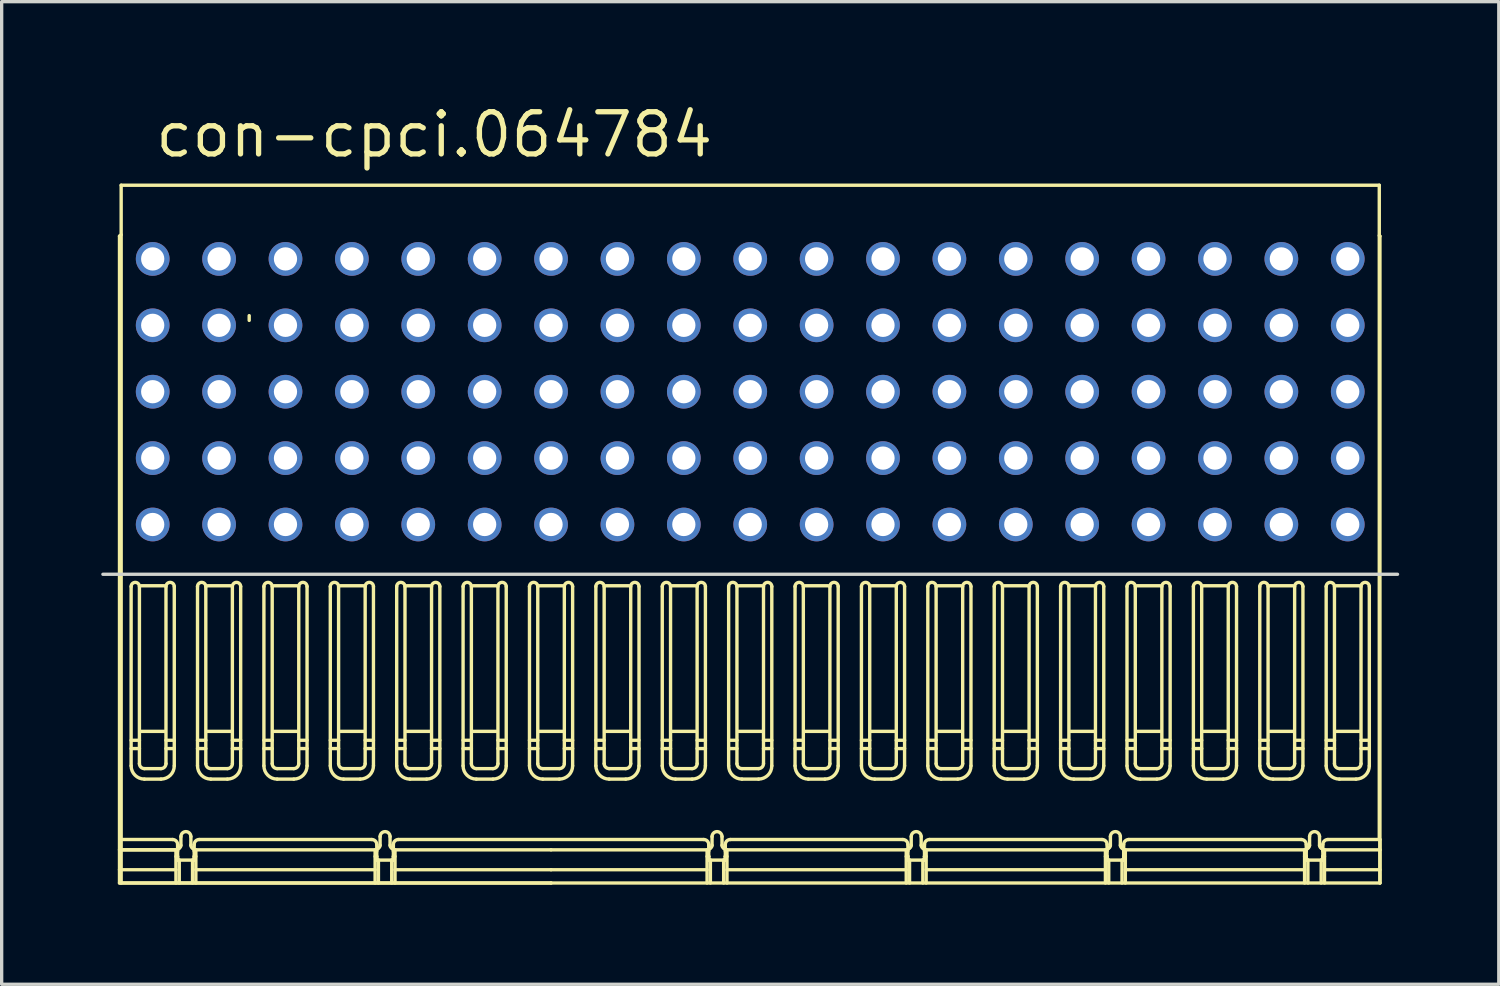
<source format=kicad_pcb>
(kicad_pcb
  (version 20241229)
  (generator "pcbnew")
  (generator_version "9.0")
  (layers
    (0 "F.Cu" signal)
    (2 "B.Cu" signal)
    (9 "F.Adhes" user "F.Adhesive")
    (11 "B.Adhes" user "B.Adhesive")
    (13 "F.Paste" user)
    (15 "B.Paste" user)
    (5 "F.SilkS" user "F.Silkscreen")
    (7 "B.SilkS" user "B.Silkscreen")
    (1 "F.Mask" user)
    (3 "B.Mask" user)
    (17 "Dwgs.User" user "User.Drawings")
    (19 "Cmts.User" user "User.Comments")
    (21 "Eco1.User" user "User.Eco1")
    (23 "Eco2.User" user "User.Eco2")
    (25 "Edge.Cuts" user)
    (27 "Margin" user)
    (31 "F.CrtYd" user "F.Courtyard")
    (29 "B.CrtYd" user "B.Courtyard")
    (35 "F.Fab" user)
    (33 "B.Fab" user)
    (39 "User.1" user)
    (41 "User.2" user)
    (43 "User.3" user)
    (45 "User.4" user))
  (footprint "con-cpci.064784"
    (layer "F.Cu")
    (at 19.55 12.75)
    (property "Reference" "con-cpci.064784" (at -18 -11 0) (layer "F.SilkS") (effects (font (size 1.27 1.27) (thickness 0.16)) (justify left bottom)))
    (attr through_hole)
    (fp_line (start -19 -8.686) (end -19 10.8) (stroke (width 0.102) (type default)) (layer "F.SilkS"))
    (fp_line (start -19 9.8) (end -17.3 9.8) (stroke (width 0.102) (type default)) (layer "F.SilkS"))
    (fp_line (start -19 10.4) (end -18.95 10.4) (stroke (width 0.102) (type default)) (layer "F.SilkS"))
    (fp_line (start -19 10.8) (end -6 10.8) (stroke (width 0.102) (type default)) (layer "F.SilkS"))
    (fp_line (start -18.95 -10.22) (end -18.95 9.49) (stroke (width 0.102) (type default)) (layer "F.SilkS"))
    (fp_line (start -18.95 -8.728) (end -19 -8.686) (stroke (width 0.102) (type default)) (layer "F.SilkS"))
    (fp_line (start -18.95 9.49) (end -17.4 9.49) (stroke (width 0.102) (type default)) (layer "F.SilkS"))
    (fp_line (start -18.95 9.8) (end -17.3 9.8) (stroke (width 0.102) (type default)) (layer "F.SilkS"))
    (fp_line (start -18.95 10.4) (end -17.3 10.4) (stroke (width 0.102) (type default)) (layer "F.SilkS"))
    (fp_line (start -18.95 10.8) (end -18.95 9.49) (stroke (width 0.102) (type default)) (layer "F.SilkS"))
    (fp_line (start -18.95 10.8) (end -6 10.8) (stroke (width 0.102) (type default)) (layer "F.SilkS"))
    (fp_line (start -18.65 1.869) (end -18.65 7.269) (stroke (width 0.102) (type default)) (layer "F.SilkS"))
    (fp_line (start -18.65 6.75) (end -18.4 6.75) (stroke (width 0.102) (type default)) (layer "F.SilkS"))
    (fp_line (start -18.4 6.5) (end -18.65 6.5) (stroke (width 0.102) (type default)) (layer "F.SilkS"))
    (fp_line (start -18.4 7.204) (end -18.4 1.869) (stroke (width 0.102) (type default)) (layer "F.SilkS"))
    (fp_line (start -18.35 1.846) (end -17.65 1.846) (stroke (width 0.102) (type default)) (layer "F.SilkS"))
    (fp_line (start -18.25 7.67) (end -17.75 7.67) (stroke (width 0.102) (type default)) (layer "F.SilkS"))
    (fp_line (start -17.75 7.354) (end -18.25 7.354) (stroke (width 0.102) (type default)) (layer "F.SilkS"))
    (fp_line (start -17.65 6.232) (end -18.35 6.232) (stroke (width 0.102) (type default)) (layer "F.SilkS"))
    (fp_line (start -17.6 1.869) (end -17.6 7.204) (stroke (width 0.102) (type default)) (layer "F.SilkS"))
    (fp_line (start -17.6 6.75) (end -17.35 6.75) (stroke (width 0.102) (type default)) (layer "F.SilkS"))
    (fp_line (start -17.35 6.5) (end -17.6 6.5) (stroke (width 0.102) (type default)) (layer "F.SilkS"))
    (fp_line (start -17.35 7.269) (end -17.35 1.869) (stroke (width 0.102) (type default)) (layer "F.SilkS"))
    (fp_line (start -17.3 9.8) (end -17.3 10.8) (stroke (width 0.102) (type default)) (layer "F.SilkS"))
    (fp_line (start -17.3 10) (end -17.25 10) (stroke (width 0.102) (type default)) (layer "F.SilkS"))
    (fp_line (start -17.25 9.64) (end -17.25 10.11) (stroke (width 0.102) (type default)) (layer "F.SilkS"))
    (fp_line (start -17.25 10) (end -17.25 10.11) (stroke (width 0.102) (type default)) (layer "F.SilkS"))
    (fp_line (start -17.25 10.11) (end -17.2 10.11) (stroke (width 0.102) (type default)) (layer "F.SilkS"))
    (fp_line (start -17.25 10.11) (end -16.75 10.11) (stroke (width 0.102) (type default)) (layer "F.SilkS"))
    (fp_line (start -17.2 10.11) (end -17.2 10.8) (stroke (width 0.102) (type default)) (layer "F.SilkS"))
    (fp_line (start -17.15 9.402) (end -17.15 9.664) (stroke (width 0.102) (type default)) (layer "F.SilkS"))
    (fp_line (start -16.85 9.664) (end -16.85 9.402) (stroke (width 0.102) (type default)) (layer "F.SilkS"))
    (fp_line (start -16.8 10.11) (end -16.8 10.8) (stroke (width 0.102) (type default)) (layer "F.SilkS"))
    (fp_line (start -16.75 10) (end -16.75 10.11) (stroke (width 0.102) (type default)) (layer "F.SilkS"))
    (fp_line (start -16.75 10.11) (end -16.8 10.11) (stroke (width 0.102) (type default)) (layer "F.SilkS"))
    (fp_line (start -16.75 10.11) (end -16.75 9.64) (stroke (width 0.102) (type default)) (layer "F.SilkS"))
    (fp_line (start -16.7 9.8) (end -16.7 10.8) (stroke (width 0.102) (type default)) (layer "F.SilkS"))
    (fp_line (start -16.7 9.8) (end -11.3 9.8) (stroke (width 0.102) (type default)) (layer "F.SilkS"))
    (fp_line (start -16.7 10) (end -16.75 10) (stroke (width 0.102) (type default)) (layer "F.SilkS"))
    (fp_line (start -16.7 10.4) (end -11.3 10.4) (stroke (width 0.102) (type default)) (layer "F.SilkS"))
    (fp_line (start -16.65 1.869) (end -16.65 7.269) (stroke (width 0.102) (type default)) (layer "F.SilkS"))
    (fp_line (start -16.65 6.75) (end -16.4 6.75) (stroke (width 0.102) (type default)) (layer "F.SilkS"))
    (fp_line (start -16.6 9.49) (end -11.4 9.49) (stroke (width 0.102) (type default)) (layer "F.SilkS"))
    (fp_line (start -16.4 6.5) (end -16.65 6.5) (stroke (width 0.102) (type default)) (layer "F.SilkS"))
    (fp_line (start -16.4 7.204) (end -16.4 1.869) (stroke (width 0.102) (type default)) (layer "F.SilkS"))
    (fp_line (start -16.35 1.846) (end -15.65 1.846) (stroke (width 0.102) (type default)) (layer "F.SilkS"))
    (fp_line (start -16.25 7.67) (end -15.75 7.67) (stroke (width 0.102) (type default)) (layer "F.SilkS"))
    (fp_line (start -15.75 7.354) (end -16.25 7.354) (stroke (width 0.102) (type default)) (layer "F.SilkS"))
    (fp_line (start -15.65 6.232) (end -16.35 6.232) (stroke (width 0.102) (type default)) (layer "F.SilkS"))
    (fp_line (start -15.6 1.869) (end -15.6 7.204) (stroke (width 0.102) (type default)) (layer "F.SilkS"))
    (fp_line (start -15.6 6.75) (end -15.35 6.75) (stroke (width 0.102) (type default)) (layer "F.SilkS"))
    (fp_line (start -15.35 6.5) (end -15.6 6.5) (stroke (width 0.102) (type default)) (layer "F.SilkS"))
    (fp_line (start -15.35 7.269) (end -15.35 1.869) (stroke (width 0.102) (type default)) (layer "F.SilkS"))
    (fp_line (start -15.093 -6.291) (end -15.093 -6.149) (stroke (width 0.102) (type default)) (layer "F.SilkS"))
    (fp_line (start -14.65 1.869) (end -14.65 7.269) (stroke (width 0.102) (type default)) (layer "F.SilkS"))
    (fp_line (start -14.65 6.75) (end -14.4 6.75) (stroke (width 0.102) (type default)) (layer "F.SilkS"))
    (fp_line (start -14.4 6.5) (end -14.65 6.5) (stroke (width 0.102) (type default)) (layer "F.SilkS"))
    (fp_line (start -14.4 7.204) (end -14.4 1.869) (stroke (width 0.102) (type default)) (layer "F.SilkS"))
    (fp_line (start -14.35 1.846) (end -13.65 1.846) (stroke (width 0.102) (type default)) (layer "F.SilkS"))
    (fp_line (start -14.25 7.67) (end -13.75 7.67) (stroke (width 0.102) (type default)) (layer "F.SilkS"))
    (fp_line (start -13.75 7.354) (end -14.25 7.354) (stroke (width 0.102) (type default)) (layer "F.SilkS"))
    (fp_line (start -13.65 6.232) (end -14.35 6.232) (stroke (width 0.102) (type default)) (layer "F.SilkS"))
    (fp_line (start -13.6 1.869) (end -13.6 7.204) (stroke (width 0.102) (type default)) (layer "F.SilkS"))
    (fp_line (start -13.6 6.75) (end -13.35 6.75) (stroke (width 0.102) (type default)) (layer "F.SilkS"))
    (fp_line (start -13.35 6.5) (end -13.6 6.5) (stroke (width 0.102) (type default)) (layer "F.SilkS"))
    (fp_line (start -13.35 7.269) (end -13.35 1.869) (stroke (width 0.102) (type default)) (layer "F.SilkS"))
    (fp_line (start -12.65 1.869) (end -12.65 7.269) (stroke (width 0.102) (type default)) (layer "F.SilkS"))
    (fp_line (start -12.65 6.75) (end -12.4 6.75) (stroke (width 0.102) (type default)) (layer "F.SilkS"))
    (fp_line (start -12.4 6.5) (end -12.65 6.5) (stroke (width 0.102) (type default)) (layer "F.SilkS"))
    (fp_line (start -12.4 7.204) (end -12.4 1.869) (stroke (width 0.102) (type default)) (layer "F.SilkS"))
    (fp_line (start -12.35 1.846) (end -11.65 1.846) (stroke (width 0.102) (type default)) (layer "F.SilkS"))
    (fp_line (start -12.25 7.67) (end -11.75 7.67) (stroke (width 0.102) (type default)) (layer "F.SilkS"))
    (fp_line (start -11.75 7.354) (end -12.25 7.354) (stroke (width 0.102) (type default)) (layer "F.SilkS"))
    (fp_line (start -11.65 6.232) (end -12.35 6.232) (stroke (width 0.102) (type default)) (layer "F.SilkS"))
    (fp_line (start -11.6 1.869) (end -11.6 7.204) (stroke (width 0.102) (type default)) (layer "F.SilkS"))
    (fp_line (start -11.6 6.75) (end -11.35 6.75) (stroke (width 0.102) (type default)) (layer "F.SilkS"))
    (fp_line (start -11.35 6.5) (end -11.6 6.5) (stroke (width 0.102) (type default)) (layer "F.SilkS"))
    (fp_line (start -11.35 7.269) (end -11.35 1.869) (stroke (width 0.102) (type default)) (layer "F.SilkS"))
    (fp_line (start -11.3 10) (end -11.25 10) (stroke (width 0.102) (type default)) (layer "F.SilkS"))
    (fp_line (start -11.3 10.8) (end -11.3 9.8) (stroke (width 0.102) (type default)) (layer "F.SilkS"))
    (fp_line (start -11.25 9.64) (end -11.25 10.11) (stroke (width 0.102) (type default)) (layer "F.SilkS"))
    (fp_line (start -11.25 10) (end -11.25 10.11) (stroke (width 0.102) (type default)) (layer "F.SilkS"))
    (fp_line (start -11.25 10.11) (end -11.2 10.11) (stroke (width 0.102) (type default)) (layer "F.SilkS"))
    (fp_line (start -11.25 10.11) (end -10.75 10.11) (stroke (width 0.102) (type default)) (layer "F.SilkS"))
    (fp_line (start -11.2 10.11) (end -11.2 10.8) (stroke (width 0.102) (type default)) (layer "F.SilkS"))
    (fp_line (start -11.15 9.402) (end -11.15 9.664) (stroke (width 0.102) (type default)) (layer "F.SilkS"))
    (fp_line (start -10.85 9.664) (end -10.85 9.402) (stroke (width 0.102) (type default)) (layer "F.SilkS"))
    (fp_line (start -10.8 10.11) (end -10.8 10.8) (stroke (width 0.102) (type default)) (layer "F.SilkS"))
    (fp_line (start -10.75 10) (end -10.75 10.11) (stroke (width 0.102) (type default)) (layer "F.SilkS"))
    (fp_line (start -10.75 10.11) (end -10.8 10.11) (stroke (width 0.102) (type default)) (layer "F.SilkS"))
    (fp_line (start -10.75 10.11) (end -10.75 9.64) (stroke (width 0.102) (type default)) (layer "F.SilkS"))
    (fp_line (start -10.7 9.8) (end -6 9.8) (stroke (width 0.102) (type default)) (layer "F.SilkS"))
    (fp_line (start -10.7 10) (end -10.75 10) (stroke (width 0.102) (type default)) (layer "F.SilkS"))
    (fp_line (start -10.7 10.4) (end -6 10.4) (stroke (width 0.102) (type default)) (layer "F.SilkS"))
    (fp_line (start -10.7 10.8) (end -10.7 9.8) (stroke (width 0.102) (type default)) (layer "F.SilkS"))
    (fp_line (start -10.65 1.869) (end -10.65 7.269) (stroke (width 0.102) (type default)) (layer "F.SilkS"))
    (fp_line (start -10.65 6.75) (end -10.4 6.75) (stroke (width 0.102) (type default)) (layer "F.SilkS"))
    (fp_line (start -10.6 9.49) (end -1.4 9.49) (stroke (width 0.102) (type default)) (layer "F.SilkS"))
    (fp_line (start -10.4 6.5) (end -10.65 6.5) (stroke (width 0.102) (type default)) (layer "F.SilkS"))
    (fp_line (start -10.4 7.204) (end -10.4 1.869) (stroke (width 0.102) (type default)) (layer "F.SilkS"))
    (fp_line (start -10.35 1.846) (end -9.65 1.846) (stroke (width 0.102) (type default)) (layer "F.SilkS"))
    (fp_line (start -10.25 7.67) (end -9.75 7.67) (stroke (width 0.102) (type default)) (layer "F.SilkS"))
    (fp_line (start -9.75 7.354) (end -10.25 7.354) (stroke (width 0.102) (type default)) (layer "F.SilkS"))
    (fp_line (start -9.65 6.232) (end -10.35 6.232) (stroke (width 0.102) (type default)) (layer "F.SilkS"))
    (fp_line (start -9.6 1.869) (end -9.6 7.204) (stroke (width 0.102) (type default)) (layer "F.SilkS"))
    (fp_line (start -9.6 6.75) (end -9.35 6.75) (stroke (width 0.102) (type default)) (layer "F.SilkS"))
    (fp_line (start -9.35 6.5) (end -9.6 6.5) (stroke (width 0.102) (type default)) (layer "F.SilkS"))
    (fp_line (start -9.35 7.269) (end -9.35 1.869) (stroke (width 0.102) (type default)) (layer "F.SilkS"))
    (fp_line (start -8.65 1.869) (end -8.65 7.269) (stroke (width 0.102) (type default)) (layer "F.SilkS"))
    (fp_line (start -8.65 6.75) (end -8.4 6.75) (stroke (width 0.102) (type default)) (layer "F.SilkS"))
    (fp_line (start -8.4 6.5) (end -8.65 6.5) (stroke (width 0.102) (type default)) (layer "F.SilkS"))
    (fp_line (start -8.4 7.204) (end -8.4 1.869) (stroke (width 0.102) (type default)) (layer "F.SilkS"))
    (fp_line (start -8.35 1.846) (end -7.65 1.846) (stroke (width 0.102) (type default)) (layer "F.SilkS"))
    (fp_line (start -8.25 7.67) (end -7.75 7.67) (stroke (width 0.102) (type default)) (layer "F.SilkS"))
    (fp_line (start -7.75 7.354) (end -8.25 7.354) (stroke (width 0.102) (type default)) (layer "F.SilkS"))
    (fp_line (start -7.65 6.232) (end -8.35 6.232) (stroke (width 0.102) (type default)) (layer "F.SilkS"))
    (fp_line (start -7.6 1.869) (end -7.6 7.204) (stroke (width 0.102) (type default)) (layer "F.SilkS"))
    (fp_line (start -7.6 6.75) (end -7.35 6.75) (stroke (width 0.102) (type default)) (layer "F.SilkS"))
    (fp_line (start -7.35 6.5) (end -7.6 6.5) (stroke (width 0.102) (type default)) (layer "F.SilkS"))
    (fp_line (start -7.35 7.269) (end -7.35 1.869) (stroke (width 0.102) (type default)) (layer "F.SilkS"))
    (fp_line (start -6.65 1.869) (end -6.65 7.269) (stroke (width 0.102) (type default)) (layer "F.SilkS"))
    (fp_line (start -6.65 6.75) (end -6.4 6.75) (stroke (width 0.102) (type default)) (layer "F.SilkS"))
    (fp_line (start -6.4 6.5) (end -6.65 6.5) (stroke (width 0.102) (type default)) (layer "F.SilkS"))
    (fp_line (start -6.4 7.204) (end -6.4 1.869) (stroke (width 0.102) (type default)) (layer "F.SilkS"))
    (fp_line (start -6.35 1.846) (end -5.65 1.846) (stroke (width 0.102) (type default)) (layer "F.SilkS"))
    (fp_line (start -6.25 7.67) (end -5.75 7.67) (stroke (width 0.102) (type default)) (layer "F.SilkS"))
    (fp_line (start -5.75 7.354) (end -6.25 7.354) (stroke (width 0.102) (type default)) (layer "F.SilkS"))
    (fp_line (start -5.65 6.232) (end -6.35 6.232) (stroke (width 0.102) (type default)) (layer "F.SilkS"))
    (fp_line (start -5.6 1.869) (end -5.6 7.204) (stroke (width 0.102) (type default)) (layer "F.SilkS"))
    (fp_line (start -5.6 6.5) (end -5.35 6.5) (stroke (width 0.102) (type default)) (layer "F.SilkS"))
    (fp_line (start -5.35 6.75) (end -5.6 6.75) (stroke (width 0.102) (type default)) (layer "F.SilkS"))
    (fp_line (start -5.35 7.269) (end -5.35 1.869) (stroke (width 0.102) (type default)) (layer "F.SilkS"))
    (fp_line (start -4.65 1.869) (end -4.65 7.269) (stroke (width 0.102) (type default)) (layer "F.SilkS"))
    (fp_line (start -4.65 6.5) (end -4.4 6.5) (stroke (width 0.102) (type default)) (layer "F.SilkS"))
    (fp_line (start -4.4 6.75) (end -4.65 6.75) (stroke (width 0.102) (type default)) (layer "F.SilkS"))
    (fp_line (start -4.4 7.204) (end -4.4 1.869) (stroke (width 0.102) (type default)) (layer "F.SilkS"))
    (fp_line (start -4.35 1.846) (end -3.65 1.846) (stroke (width 0.102) (type default)) (layer "F.SilkS"))
    (fp_line (start -4.25 7.67) (end -3.75 7.67) (stroke (width 0.102) (type default)) (layer "F.SilkS"))
    (fp_line (start -3.75 7.354) (end -4.25 7.354) (stroke (width 0.102) (type default)) (layer "F.SilkS"))
    (fp_line (start -3.65 6.232) (end -4.35 6.232) (stroke (width 0.102) (type default)) (layer "F.SilkS"))
    (fp_line (start -3.6 1.869) (end -3.6 7.204) (stroke (width 0.102) (type default)) (layer "F.SilkS"))
    (fp_line (start -3.6 6.5) (end -3.35 6.5) (stroke (width 0.102) (type default)) (layer "F.SilkS"))
    (fp_line (start -3.35 6.75) (end -3.6 6.75) (stroke (width 0.102) (type default)) (layer "F.SilkS"))
    (fp_line (start -3.35 7.269) (end -3.35 1.869) (stroke (width 0.102) (type default)) (layer "F.SilkS"))
    (fp_line (start -2.65 1.869) (end -2.65 7.269) (stroke (width 0.102) (type default)) (layer "F.SilkS"))
    (fp_line (start -2.65 6.5) (end -2.4 6.5) (stroke (width 0.102) (type default)) (layer "F.SilkS"))
    (fp_line (start -2.4 6.75) (end -2.65 6.75) (stroke (width 0.102) (type default)) (layer "F.SilkS"))
    (fp_line (start -2.4 7.204) (end -2.4 1.869) (stroke (width 0.102) (type default)) (layer "F.SilkS"))
    (fp_line (start -2.35 1.846) (end -1.65 1.846) (stroke (width 0.102) (type default)) (layer "F.SilkS"))
    (fp_line (start -2.25 7.67) (end -1.75 7.67) (stroke (width 0.102) (type default)) (layer "F.SilkS"))
    (fp_line (start -1.75 7.354) (end -2.25 7.354) (stroke (width 0.102) (type default)) (layer "F.SilkS"))
    (fp_line (start -1.65 6.232) (end -2.35 6.232) (stroke (width 0.102) (type default)) (layer "F.SilkS"))
    (fp_line (start -1.6 1.869) (end -1.6 7.204) (stroke (width 0.102) (type default)) (layer "F.SilkS"))
    (fp_line (start -1.6 6.5) (end -1.35 6.5) (stroke (width 0.102) (type default)) (layer "F.SilkS"))
    (fp_line (start -1.35 6.75) (end -1.6 6.75) (stroke (width 0.102) (type default)) (layer "F.SilkS"))
    (fp_line (start -1.35 7.269) (end -1.35 1.869) (stroke (width 0.102) (type default)) (layer "F.SilkS"))
    (fp_line (start -1.3 9.8) (end -6 9.8) (stroke (width 0.102) (type default)) (layer "F.SilkS"))
    (fp_line (start -1.3 10) (end -1.25 10) (stroke (width 0.102) (type default)) (layer "F.SilkS"))
    (fp_line (start -1.3 10.4) (end -6 10.4) (stroke (width 0.102) (type default)) (layer "F.SilkS"))
    (fp_line (start -1.3 10.8) (end -1.3 9.8) (stroke (width 0.102) (type default)) (layer "F.SilkS"))
    (fp_line (start -1.25 10) (end -1.25 10.11) (stroke (width 0.102) (type default)) (layer "F.SilkS"))
    (fp_line (start -1.25 10.11) (end -1.2 10.11) (stroke (width 0.102) (type default)) (layer "F.SilkS"))
    (fp_line (start -1.25 9.64) (end -1.25 10.11) (stroke (width 0.102) (type default)) (layer "F.SilkS"))
    (fp_line (start -1.25 10) (end -1.25 10) (stroke (width 0.102) (type default)) (layer "F.SilkS"))
    (fp_line (start -1.25 10.11) (end -0.75 10.11) (stroke (width 0.102) (type default)) (layer "F.SilkS"))
    (fp_line (start -1.2 10.11) (end -1.2 10.8) (stroke (width 0.102) (type default)) (layer "F.SilkS"))
    (fp_line (start -1.15 9.664) (end -1.15 9.402) (stroke (width 0.102) (type default)) (layer "F.SilkS"))
    (fp_line (start -0.85 9.402) (end -0.85 9.664) (stroke (width 0.102) (type default)) (layer "F.SilkS"))
    (fp_line (start -0.8 10.11) (end -0.8 10.8) (stroke (width 0.102) (type default)) (layer "F.SilkS"))
    (fp_line (start -0.75 10) (end -0.75 10.11) (stroke (width 0.102) (type default)) (layer "F.SilkS"))
    (fp_line (start -0.75 10.11) (end -0.8 10.11) (stroke (width 0.102) (type default)) (layer "F.SilkS"))
    (fp_line (start -0.75 10) (end -0.75 10) (stroke (width 0.102) (type default)) (layer "F.SilkS"))
    (fp_line (start -0.75 10.11) (end -0.75 9.64) (stroke (width 0.102) (type default)) (layer "F.SilkS"))
    (fp_line (start -0.7 10) (end -0.75 10) (stroke (width 0.102) (type default)) (layer "F.SilkS"))
    (fp_line (start -0.7 10.8) (end -0.7 9.8) (stroke (width 0.102) (type default)) (layer "F.SilkS"))
    (fp_line (start -0.65 1.869) (end -0.65 7.269) (stroke (width 0.102) (type default)) (layer "F.SilkS"))
    (fp_line (start -0.65 6.5) (end -0.4 6.5) (stroke (width 0.102) (type default)) (layer "F.SilkS"))
    (fp_line (start -0.6 9.49) (end 4.6 9.49) (stroke (width 0.102) (type default)) (layer "F.SilkS"))
    (fp_line (start -0.4 6.75) (end -0.65 6.75) (stroke (width 0.102) (type default)) (layer "F.SilkS"))
    (fp_line (start -0.4 7.204) (end -0.4 1.869) (stroke (width 0.102) (type default)) (layer "F.SilkS"))
    (fp_line (start -0.35 1.846) (end 0.35 1.846) (stroke (width 0.102) (type default)) (layer "F.SilkS"))
    (fp_line (start -0.25 7.67) (end 0.25 7.67) (stroke (width 0.102) (type default)) (layer "F.SilkS"))
    (fp_line (start 0.25 7.354) (end -0.25 7.354) (stroke (width 0.102) (type default)) (layer "F.SilkS"))
    (fp_line (start 0.35 6.232) (end -0.35 6.232) (stroke (width 0.102) (type default)) (layer "F.SilkS"))
    (fp_line (start 0.4 1.869) (end 0.4 7.204) (stroke (width 0.102) (type default)) (layer "F.SilkS"))
    (fp_line (start 0.4 6.5) (end 0.65 6.5) (stroke (width 0.102) (type default)) (layer "F.SilkS"))
    (fp_line (start 0.65 6.75) (end 0.4 6.75) (stroke (width 0.102) (type default)) (layer "F.SilkS"))
    (fp_line (start 0.65 7.269) (end 0.65 1.869) (stroke (width 0.102) (type default)) (layer "F.SilkS"))
    (fp_line (start 1.35 1.869) (end 1.35 7.269) (stroke (width 0.102) (type default)) (layer "F.SilkS"))
    (fp_line (start 1.35 6.5) (end 1.6 6.5) (stroke (width 0.102) (type default)) (layer "F.SilkS"))
    (fp_line (start 1.6 6.75) (end 1.35 6.75) (stroke (width 0.102) (type default)) (layer "F.SilkS"))
    (fp_line (start 1.6 7.204) (end 1.6 1.869) (stroke (width 0.102) (type default)) (layer "F.SilkS"))
    (fp_line (start 1.65 1.846) (end 2.35 1.846) (stroke (width 0.102) (type default)) (layer "F.SilkS"))
    (fp_line (start 1.75 7.67) (end 2.25 7.67) (stroke (width 0.102) (type default)) (layer "F.SilkS"))
    (fp_line (start 2.25 7.354) (end 1.75 7.354) (stroke (width 0.102) (type default)) (layer "F.SilkS"))
    (fp_line (start 2.35 6.232) (end 1.65 6.232) (stroke (width 0.102) (type default)) (layer "F.SilkS"))
    (fp_line (start 2.4 1.869) (end 2.4 7.204) (stroke (width 0.102) (type default)) (layer "F.SilkS"))
    (fp_line (start 2.4 6.5) (end 2.65 6.5) (stroke (width 0.102) (type default)) (layer "F.SilkS"))
    (fp_line (start 2.65 6.75) (end 2.4 6.75) (stroke (width 0.102) (type default)) (layer "F.SilkS"))
    (fp_line (start 2.65 7.269) (end 2.65 1.869) (stroke (width 0.102) (type default)) (layer "F.SilkS"))
    (fp_line (start 3.35 1.869) (end 3.35 7.269) (stroke (width 0.102) (type default)) (layer "F.SilkS"))
    (fp_line (start 3.35 6.5) (end 3.6 6.5) (stroke (width 0.102) (type default)) (layer "F.SilkS"))
    (fp_line (start 3.6 6.75) (end 3.35 6.75) (stroke (width 0.102) (type default)) (layer "F.SilkS"))
    (fp_line (start 3.6 7.204) (end 3.6 1.869) (stroke (width 0.102) (type default)) (layer "F.SilkS"))
    (fp_line (start 3.65 1.846) (end 4.35 1.846) (stroke (width 0.102) (type default)) (layer "F.SilkS"))
    (fp_line (start 3.75 7.67) (end 4.25 7.67) (stroke (width 0.102) (type default)) (layer "F.SilkS"))
    (fp_line (start 4.25 7.354) (end 3.75 7.354) (stroke (width 0.102) (type default)) (layer "F.SilkS"))
    (fp_line (start 4.35 6.232) (end 3.65 6.232) (stroke (width 0.102) (type default)) (layer "F.SilkS"))
    (fp_line (start 4.4 1.869) (end 4.4 7.204) (stroke (width 0.102) (type default)) (layer "F.SilkS"))
    (fp_line (start 4.4 6.5) (end 4.65 6.5) (stroke (width 0.102) (type default)) (layer "F.SilkS"))
    (fp_line (start 4.65 6.75) (end 4.4 6.75) (stroke (width 0.102) (type default)) (layer "F.SilkS"))
    (fp_line (start 4.65 7.269) (end 4.65 1.869) (stroke (width 0.102) (type default)) (layer "F.SilkS"))
    (fp_line (start 4.7 9.8) (end -0.7 9.8) (stroke (width 0.102) (type default)) (layer "F.SilkS"))
    (fp_line (start 4.7 9.8) (end 4.7 10.8) (stroke (width 0.102) (type default)) (layer "F.SilkS"))
    (fp_line (start 4.7 10) (end 4.75 10) (stroke (width 0.102) (type default)) (layer "F.SilkS"))
    (fp_line (start 4.7 10.4) (end -0.7 10.4) (stroke (width 0.102) (type default)) (layer "F.SilkS"))
    (fp_line (start 4.75 10) (end 4.75 10.11) (stroke (width 0.102) (type default)) (layer "F.SilkS"))
    (fp_line (start 4.75 10.11) (end 4.8 10.11) (stroke (width 0.102) (type default)) (layer "F.SilkS"))
    (fp_line (start 4.75 9.64) (end 4.75 10.11) (stroke (width 0.102) (type default)) (layer "F.SilkS"))
    (fp_line (start 4.75 10) (end 4.75 10) (stroke (width 0.102) (type default)) (layer "F.SilkS"))
    (fp_line (start 4.75 10.11) (end 5.25 10.11) (stroke (width 0.102) (type default)) (layer "F.SilkS"))
    (fp_line (start 4.8 10.11) (end 4.8 10.8) (stroke (width 0.102) (type default)) (layer "F.SilkS"))
    (fp_line (start 4.85 9.664) (end 4.85 9.402) (stroke (width 0.102) (type default)) (layer "F.SilkS"))
    (fp_line (start 5.15 9.402) (end 5.15 9.664) (stroke (width 0.102) (type default)) (layer "F.SilkS"))
    (fp_line (start 5.2 10.11) (end 5.2 10.8) (stroke (width 0.102) (type default)) (layer "F.SilkS"))
    (fp_line (start 5.25 10) (end 5.25 10.11) (stroke (width 0.102) (type default)) (layer "F.SilkS"))
    (fp_line (start 5.25 10.11) (end 5.2 10.11) (stroke (width 0.102) (type default)) (layer "F.SilkS"))
    (fp_line (start 5.25 10) (end 5.25 10) (stroke (width 0.102) (type default)) (layer "F.SilkS"))
    (fp_line (start 5.25 10.11) (end 5.25 9.64) (stroke (width 0.102) (type default)) (layer "F.SilkS"))
    (fp_line (start 5.3 9.8) (end 5.3 10.8) (stroke (width 0.102) (type default)) (layer "F.SilkS"))
    (fp_line (start 5.3 10) (end 5.25 10) (stroke (width 0.102) (type default)) (layer "F.SilkS"))
    (fp_line (start 5.35 1.869) (end 5.35 7.269) (stroke (width 0.102) (type default)) (layer "F.SilkS"))
    (fp_line (start 5.35 6.5) (end 5.6 6.5) (stroke (width 0.102) (type default)) (layer "F.SilkS"))
    (fp_line (start 5.4 9.49) (end 10.6 9.49) (stroke (width 0.102) (type default)) (layer "F.SilkS"))
    (fp_line (start 5.6 6.75) (end 5.35 6.75) (stroke (width 0.102) (type default)) (layer "F.SilkS"))
    (fp_line (start 5.6 7.204) (end 5.6 1.869) (stroke (width 0.102) (type default)) (layer "F.SilkS"))
    (fp_line (start 5.65 1.846) (end 6.35 1.846) (stroke (width 0.102) (type default)) (layer "F.SilkS"))
    (fp_line (start 5.75 7.67) (end 6.25 7.67) (stroke (width 0.102) (type default)) (layer "F.SilkS"))
    (fp_line (start 6.25 7.354) (end 5.75 7.354) (stroke (width 0.102) (type default)) (layer "F.SilkS"))
    (fp_line (start 6.35 6.232) (end 5.65 6.232) (stroke (width 0.102) (type default)) (layer "F.SilkS"))
    (fp_line (start 6.4 1.869) (end 6.4 7.204) (stroke (width 0.102) (type default)) (layer "F.SilkS"))
    (fp_line (start 6.4 6.5) (end 6.65 6.5) (stroke (width 0.102) (type default)) (layer "F.SilkS"))
    (fp_line (start 6.65 6.75) (end 6.4 6.75) (stroke (width 0.102) (type default)) (layer "F.SilkS"))
    (fp_line (start 6.65 7.269) (end 6.65 1.869) (stroke (width 0.102) (type default)) (layer "F.SilkS"))
    (fp_line (start 7.35 1.869) (end 7.35 7.269) (stroke (width 0.102) (type default)) (layer "F.SilkS"))
    (fp_line (start 7.35 6.5) (end 7.6 6.5) (stroke (width 0.102) (type default)) (layer "F.SilkS"))
    (fp_line (start 7.6 6.75) (end 7.35 6.75) (stroke (width 0.102) (type default)) (layer "F.SilkS"))
    (fp_line (start 7.6 7.204) (end 7.6 1.869) (stroke (width 0.102) (type default)) (layer "F.SilkS"))
    (fp_line (start 7.65 1.846) (end 8.35 1.846) (stroke (width 0.102) (type default)) (layer "F.SilkS"))
    (fp_line (start 7.75 7.67) (end 8.25 7.67) (stroke (width 0.102) (type default)) (layer "F.SilkS"))
    (fp_line (start 8.25 7.354) (end 7.75 7.354) (stroke (width 0.102) (type default)) (layer "F.SilkS"))
    (fp_line (start 8.35 6.232) (end 7.65 6.232) (stroke (width 0.102) (type default)) (layer "F.SilkS"))
    (fp_line (start 8.4 1.869) (end 8.4 7.204) (stroke (width 0.102) (type default)) (layer "F.SilkS"))
    (fp_line (start 8.4 6.5) (end 8.65 6.5) (stroke (width 0.102) (type default)) (layer "F.SilkS"))
    (fp_line (start 8.65 6.75) (end 8.4 6.75) (stroke (width 0.102) (type default)) (layer "F.SilkS"))
    (fp_line (start 8.65 7.269) (end 8.65 1.869) (stroke (width 0.102) (type default)) (layer "F.SilkS"))
    (fp_line (start 9.35 1.869) (end 9.35 7.269) (stroke (width 0.102) (type default)) (layer "F.SilkS"))
    (fp_line (start 9.35 6.5) (end 9.6 6.5) (stroke (width 0.102) (type default)) (layer "F.SilkS"))
    (fp_line (start 9.6 6.75) (end 9.35 6.75) (stroke (width 0.102) (type default)) (layer "F.SilkS"))
    (fp_line (start 9.6 7.204) (end 9.6 1.869) (stroke (width 0.102) (type default)) (layer "F.SilkS"))
    (fp_line (start 9.65 1.846) (end 10.35 1.846) (stroke (width 0.102) (type default)) (layer "F.SilkS"))
    (fp_line (start 9.75 7.67) (end 10.25 7.67) (stroke (width 0.102) (type default)) (layer "F.SilkS"))
    (fp_line (start 10.25 7.354) (end 9.75 7.354) (stroke (width 0.102) (type default)) (layer "F.SilkS"))
    (fp_line (start 10.35 6.232) (end 9.65 6.232) (stroke (width 0.102) (type default)) (layer "F.SilkS"))
    (fp_line (start 10.4 1.869) (end 10.4 7.204) (stroke (width 0.102) (type default)) (layer "F.SilkS"))
    (fp_line (start 10.4 6.5) (end 10.65 6.5) (stroke (width 0.102) (type default)) (layer "F.SilkS"))
    (fp_line (start 10.65 6.75) (end 10.4 6.75) (stroke (width 0.102) (type default)) (layer "F.SilkS"))
    (fp_line (start 10.65 7.269) (end 10.65 1.869) (stroke (width 0.102) (type default)) (layer "F.SilkS"))
    (fp_line (start 10.7 9.8) (end 5.3 9.8) (stroke (width 0.102) (type default)) (layer "F.SilkS"))
    (fp_line (start 10.7 9.8) (end 10.7 10.8) (stroke (width 0.102) (type default)) (layer "F.SilkS"))
    (fp_line (start 10.7 10) (end 10.75 10) (stroke (width 0.102) (type default)) (layer "F.SilkS"))
    (fp_line (start 10.7 10.4) (end 5.3 10.4) (stroke (width 0.102) (type default)) (layer "F.SilkS"))
    (fp_line (start 10.75 10) (end 10.75 10.11) (stroke (width 0.102) (type default)) (layer "F.SilkS"))
    (fp_line (start 10.75 10.11) (end 10.8 10.11) (stroke (width 0.102) (type default)) (layer "F.SilkS"))
    (fp_line (start 10.75 9.64) (end 10.75 10.11) (stroke (width 0.102) (type default)) (layer "F.SilkS"))
    (fp_line (start 10.75 10) (end 10.75 10) (stroke (width 0.102) (type default)) (layer "F.SilkS"))
    (fp_line (start 10.75 10.11) (end 11.25 10.11) (stroke (width 0.102) (type default)) (layer "F.SilkS"))
    (fp_line (start 10.8 10.11) (end 10.8 10.8) (stroke (width 0.102) (type default)) (layer "F.SilkS"))
    (fp_line (start 10.85 9.664) (end 10.85 9.402) (stroke (width 0.102) (type default)) (layer "F.SilkS"))
    (fp_line (start 11.15 9.402) (end 11.15 9.664) (stroke (width 0.102) (type default)) (layer "F.SilkS"))
    (fp_line (start 11.2 10.11) (end 11.2 10.8) (stroke (width 0.102) (type default)) (layer "F.SilkS"))
    (fp_line (start 11.25 10) (end 11.25 10.11) (stroke (width 0.102) (type default)) (layer "F.SilkS"))
    (fp_line (start 11.25 10.11) (end 11.2 10.11) (stroke (width 0.102) (type default)) (layer "F.SilkS"))
    (fp_line (start 11.25 10) (end 11.25 10) (stroke (width 0.102) (type default)) (layer "F.SilkS"))
    (fp_line (start 11.25 10.11) (end 11.25 9.64) (stroke (width 0.102) (type default)) (layer "F.SilkS"))
    (fp_line (start 11.3 9.8) (end 11.3 10.8) (stroke (width 0.102) (type default)) (layer "F.SilkS"))
    (fp_line (start 11.3 10) (end 11.25 10) (stroke (width 0.102) (type default)) (layer "F.SilkS"))
    (fp_line (start 11.35 1.869) (end 11.35 7.269) (stroke (width 0.102) (type default)) (layer "F.SilkS"))
    (fp_line (start 11.35 6.5) (end 11.6 6.5) (stroke (width 0.102) (type default)) (layer "F.SilkS"))
    (fp_line (start 11.4 9.49) (end 16.6 9.49) (stroke (width 0.102) (type default)) (layer "F.SilkS"))
    (fp_line (start 11.6 6.75) (end 11.35 6.75) (stroke (width 0.102) (type default)) (layer "F.SilkS"))
    (fp_line (start 11.6 7.204) (end 11.6 1.869) (stroke (width 0.102) (type default)) (layer "F.SilkS"))
    (fp_line (start 11.65 1.846) (end 12.35 1.846) (stroke (width 0.102) (type default)) (layer "F.SilkS"))
    (fp_line (start 11.75 7.67) (end 12.25 7.67) (stroke (width 0.102) (type default)) (layer "F.SilkS"))
    (fp_line (start 12.25 7.354) (end 11.75 7.354) (stroke (width 0.102) (type default)) (layer "F.SilkS"))
    (fp_line (start 12.35 6.232) (end 11.65 6.232) (stroke (width 0.102) (type default)) (layer "F.SilkS"))
    (fp_line (start 12.4 1.869) (end 12.4 7.204) (stroke (width 0.102) (type default)) (layer "F.SilkS"))
    (fp_line (start 12.4 6.5) (end 12.65 6.5) (stroke (width 0.102) (type default)) (layer "F.SilkS"))
    (fp_line (start 12.65 6.75) (end 12.4 6.75) (stroke (width 0.102) (type default)) (layer "F.SilkS"))
    (fp_line (start 12.65 7.269) (end 12.65 1.869) (stroke (width 0.102) (type default)) (layer "F.SilkS"))
    (fp_line (start 13.35 1.869) (end 13.35 7.269) (stroke (width 0.102) (type default)) (layer "F.SilkS"))
    (fp_line (start 13.35 6.5) (end 13.6 6.5) (stroke (width 0.102) (type default)) (layer "F.SilkS"))
    (fp_line (start 13.6 6.75) (end 13.35 6.75) (stroke (width 0.102) (type default)) (layer "F.SilkS"))
    (fp_line (start 13.6 7.204) (end 13.6 1.869) (stroke (width 0.102) (type default)) (layer "F.SilkS"))
    (fp_line (start 13.65 1.846) (end 14.35 1.846) (stroke (width 0.102) (type default)) (layer "F.SilkS"))
    (fp_line (start 13.75 7.67) (end 14.25 7.67) (stroke (width 0.102) (type default)) (layer "F.SilkS"))
    (fp_line (start 14.25 7.354) (end 13.75 7.354) (stroke (width 0.102) (type default)) (layer "F.SilkS"))
    (fp_line (start 14.35 6.232) (end 13.65 6.232) (stroke (width 0.102) (type default)) (layer "F.SilkS"))
    (fp_line (start 14.4 1.869) (end 14.4 7.204) (stroke (width 0.102) (type default)) (layer "F.SilkS"))
    (fp_line (start 14.4 6.5) (end 14.65 6.5) (stroke (width 0.102) (type default)) (layer "F.SilkS"))
    (fp_line (start 14.65 6.75) (end 14.4 6.75) (stroke (width 0.102) (type default)) (layer "F.SilkS"))
    (fp_line (start 14.65 7.269) (end 14.65 1.869) (stroke (width 0.102) (type default)) (layer "F.SilkS"))
    (fp_line (start 15.35 1.869) (end 15.35 7.269) (stroke (width 0.102) (type default)) (layer "F.SilkS"))
    (fp_line (start 15.35 6.5) (end 15.6 6.5) (stroke (width 0.102) (type default)) (layer "F.SilkS"))
    (fp_line (start 15.6 6.75) (end 15.35 6.75) (stroke (width 0.102) (type default)) (layer "F.SilkS"))
    (fp_line (start 15.6 7.204) (end 15.6 1.869) (stroke (width 0.102) (type default)) (layer "F.SilkS"))
    (fp_line (start 15.65 1.846) (end 16.35 1.846) (stroke (width 0.102) (type default)) (layer "F.SilkS"))
    (fp_line (start 15.75 7.67) (end 16.25 7.67) (stroke (width 0.102) (type default)) (layer "F.SilkS"))
    (fp_line (start 16.25 7.354) (end 15.75 7.354) (stroke (width 0.102) (type default)) (layer "F.SilkS"))
    (fp_line (start 16.35 6.232) (end 15.65 6.232) (stroke (width 0.102) (type default)) (layer "F.SilkS"))
    (fp_line (start 16.4 1.869) (end 16.4 7.204) (stroke (width 0.102) (type default)) (layer "F.SilkS"))
    (fp_line (start 16.4 6.5) (end 16.65 6.5) (stroke (width 0.102) (type default)) (layer "F.SilkS"))
    (fp_line (start 16.65 6.75) (end 16.4 6.75) (stroke (width 0.102) (type default)) (layer "F.SilkS"))
    (fp_line (start 16.65 7.269) (end 16.65 1.869) (stroke (width 0.102) (type default)) (layer "F.SilkS"))
    (fp_line (start 16.7 9.8) (end 11.3 9.8) (stroke (width 0.102) (type default)) (layer "F.SilkS"))
    (fp_line (start 16.7 9.8) (end 16.7 10.8) (stroke (width 0.102) (type default)) (layer "F.SilkS"))
    (fp_line (start 16.7 10) (end 16.75 10) (stroke (width 0.102) (type default)) (layer "F.SilkS"))
    (fp_line (start 16.7 10.4) (end 11.3 10.4) (stroke (width 0.102) (type default)) (layer "F.SilkS"))
    (fp_line (start 16.75 10) (end 16.75 10.11) (stroke (width 0.102) (type default)) (layer "F.SilkS"))
    (fp_line (start 16.75 10.11) (end 16.8 10.11) (stroke (width 0.102) (type default)) (layer "F.SilkS"))
    (fp_line (start 16.75 9.64) (end 16.75 10.11) (stroke (width 0.102) (type default)) (layer "F.SilkS"))
    (fp_line (start 16.75 10) (end 16.75 10) (stroke (width 0.102) (type default)) (layer "F.SilkS"))
    (fp_line (start 16.75 10.11) (end 17.25 10.11) (stroke (width 0.102) (type default)) (layer "F.SilkS"))
    (fp_line (start 16.8 10.11) (end 16.8 10.8) (stroke (width 0.102) (type default)) (layer "F.SilkS"))
    (fp_line (start 16.85 9.664) (end 16.85 9.402) (stroke (width 0.102) (type default)) (layer "F.SilkS"))
    (fp_line (start 17.15 9.402) (end 17.15 9.664) (stroke (width 0.102) (type default)) (layer "F.SilkS"))
    (fp_line (start 17.2 10.11) (end 17.2 10.8) (stroke (width 0.102) (type default)) (layer "F.SilkS"))
    (fp_line (start 17.25 10) (end 17.25 10.11) (stroke (width 0.102) (type default)) (layer "F.SilkS"))
    (fp_line (start 17.25 10.11) (end 17.2 10.11) (stroke (width 0.102) (type default)) (layer "F.SilkS"))
    (fp_line (start 17.25 10) (end 17.25 10) (stroke (width 0.102) (type default)) (layer "F.SilkS"))
    (fp_line (start 17.25 10.11) (end 17.25 9.64) (stroke (width 0.102) (type default)) (layer "F.SilkS"))
    (fp_line (start 17.3 9.8) (end 17.3 10.8) (stroke (width 0.102) (type default)) (layer "F.SilkS"))
    (fp_line (start 17.3 10) (end 17.25 10) (stroke (width 0.102) (type default)) (layer "F.SilkS"))
    (fp_line (start 17.3 10.4) (end 18.97 10.4) (stroke (width 0.102) (type default)) (layer "F.SilkS"))
    (fp_line (start 17.35 1.869) (end 17.35 7.269) (stroke (width 0.102) (type default)) (layer "F.SilkS"))
    (fp_line (start 17.35 6.5) (end 17.6 6.5) (stroke (width 0.102) (type default)) (layer "F.SilkS"))
    (fp_line (start 17.4 9.49) (end 18.95 9.49) (stroke (width 0.102) (type default)) (layer "F.SilkS"))
    (fp_line (start 17.6 6.75) (end 17.35 6.75) (stroke (width 0.102) (type default)) (layer "F.SilkS"))
    (fp_line (start 17.6 7.204) (end 17.6 1.869) (stroke (width 0.102) (type default)) (layer "F.SilkS"))
    (fp_line (start 17.65 1.846) (end 18.35 1.846) (stroke (width 0.102) (type default)) (layer "F.SilkS"))
    (fp_line (start 17.75 7.67) (end 18.25 7.67) (stroke (width 0.102) (type default)) (layer "F.SilkS"))
    (fp_line (start 18.25 7.354) (end 17.75 7.354) (stroke (width 0.102) (type default)) (layer "F.SilkS"))
    (fp_line (start 18.35 6.232) (end 17.65 6.232) (stroke (width 0.102) (type default)) (layer "F.SilkS"))
    (fp_line (start 18.4 1.869) (end 18.4 7.204) (stroke (width 0.102) (type default)) (layer "F.SilkS"))
    (fp_line (start 18.4 6.5) (end 18.65 6.5) (stroke (width 0.102) (type default)) (layer "F.SilkS"))
    (fp_line (start 18.65 6.75) (end 18.4 6.75) (stroke (width 0.102) (type default)) (layer "F.SilkS"))
    (fp_line (start 18.65 7.269) (end 18.65 1.869) (stroke (width 0.102) (type default)) (layer "F.SilkS"))
    (fp_line (start 18.95 -10.22) (end -18.95 -10.22) (stroke (width 0.102) (type default)) (layer "F.SilkS"))
    (fp_line (start 18.95 9.49) (end 18.95 -10.22) (stroke (width 0.102) (type default)) (layer "F.SilkS"))
    (fp_line (start 18.97 -8.686) (end 18.95 -8.704) (stroke (width 0.102) (type default)) (layer "F.SilkS"))
    (fp_line (start 18.97 9.49) (end 18.95 9.49) (stroke (width 0.102) (type default)) (layer "F.SilkS"))
    (fp_line (start 18.97 9.8) (end 17.3 9.8) (stroke (width 0.102) (type default)) (layer "F.SilkS"))
    (fp_line (start 18.97 9.8) (end 18.97 9.49) (stroke (width 0.102) (type default)) (layer "F.SilkS"))
    (fp_line (start 18.97 9.8) (end 18.97 10.8) (stroke (width 0.102) (type default)) (layer "F.SilkS"))
    (fp_line (start 18.97 10.8) (end -6 10.8) (stroke (width 0.102) (type default)) (layer "F.SilkS"))
    (fp_line (start 18.97 10.8) (end 18.97 -8.686) (stroke (width 0.102) (type default)) (layer "F.SilkS"))
    (fp_arc (start -18.65 1.8687) (mid -18.525 1.7437) (end -18.4 1.8687) (stroke (width 0.1016) (type default)) (layer "F.SilkS"))
    (fp_arc (start -18.25 7.3537) (mid -18.356066 7.309766) (end -18.4 7.2037) (stroke (width 0.1016) (type default)) (layer "F.SilkS"))
    (fp_arc (start -18.25 7.6695) (mid -18.532843 7.552343) (end -18.65 7.2695) (stroke (width 0.1016) (type default)) (layer "F.SilkS"))
    (fp_arc (start -17.6 1.8687) (mid -17.475 1.7437) (end -17.35 1.8687) (stroke (width 0.1016) (type default)) (layer "F.SilkS"))
    (fp_arc (start -17.6 7.2037) (mid -17.643934 7.309766) (end -17.75 7.3537) (stroke (width 0.1016) (type default)) (layer "F.SilkS"))
    (fp_arc (start -17.4 9.49) (mid -17.293934 9.533934) (end -17.25 9.64) (stroke (width 0.1016) (type default)) (layer "F.SilkS"))
    (fp_arc (start -17.35 7.2695) (mid -17.467157 7.552343) (end -17.75 7.6695) (stroke (width 0.1016) (type default)) (layer "F.SilkS"))
    (fp_arc (start -17.25 9.8375) (mid -17.236602 9.787501) (end -17.2 9.7509) (stroke (width 0.1016) (type default)) (layer "F.SilkS"))
    (fp_arc (start -17.15 9.4022) (mid -17 9.2522) (end -16.85 9.4022) (stroke (width 0.1016) (type default)) (layer "F.SilkS"))
    (fp_arc (start -17.15 9.6643) (mid -17.163398 9.714299) (end -17.2 9.7509) (stroke (width 0.1016) (type default)) (layer "F.SilkS"))
    (fp_arc (start -16.8 9.7509) (mid -16.836602 9.714299) (end -16.85 9.6643) (stroke (width 0.1016) (type default)) (layer "F.SilkS"))
    (fp_arc (start -16.8 9.7509) (mid -16.763398 9.787501) (end -16.75 9.8375) (stroke (width 0.1016) (type default)) (layer "F.SilkS"))
    (fp_arc (start -16.75 9.64) (mid -16.706066 9.533934) (end -16.6 9.49) (stroke (width 0.1016) (type default)) (layer "F.SilkS"))
    (fp_arc (start -16.65 1.8687) (mid -16.525 1.7437) (end -16.4 1.8687) (stroke (width 0.1016) (type default)) (layer "F.SilkS"))
    (fp_arc (start -16.25 7.3537) (mid -16.356066 7.309766) (end -16.4 7.2037) (stroke (width 0.1016) (type default)) (layer "F.SilkS"))
    (fp_arc (start -16.25 7.6695) (mid -16.532843 7.552343) (end -16.65 7.2695) (stroke (width 0.1016) (type default)) (layer "F.SilkS"))
    (fp_arc (start -15.6 1.8687) (mid -15.475 1.7437) (end -15.35 1.8687) (stroke (width 0.1016) (type default)) (layer "F.SilkS"))
    (fp_arc (start -15.6 7.2037) (mid -15.643934 7.309766) (end -15.75 7.3537) (stroke (width 0.1016) (type default)) (layer "F.SilkS"))
    (fp_arc (start -15.35 7.2695) (mid -15.467157 7.552343) (end -15.75 7.6695) (stroke (width 0.1016) (type default)) (layer "F.SilkS"))
    (fp_arc (start -14.65 1.8687) (mid -14.525 1.7437) (end -14.4 1.8687) (stroke (width 0.1016) (type default)) (layer "F.SilkS"))
    (fp_arc (start -14.25 7.3537) (mid -14.356066 7.309766) (end -14.4 7.2037) (stroke (width 0.1016) (type default)) (layer "F.SilkS"))
    (fp_arc (start -14.25 7.6695) (mid -14.532843 7.552343) (end -14.65 7.2695) (stroke (width 0.1016) (type default)) (layer "F.SilkS"))
    (fp_arc (start -13.6 1.8687) (mid -13.475 1.7437) (end -13.35 1.8687) (stroke (width 0.1016) (type default)) (layer "F.SilkS"))
    (fp_arc (start -13.6 7.2037) (mid -13.643934 7.309766) (end -13.75 7.3537) (stroke (width 0.1016) (type default)) (layer "F.SilkS"))
    (fp_arc (start -13.35 7.2695) (mid -13.467157 7.552343) (end -13.75 7.6695) (stroke (width 0.1016) (type default)) (layer "F.SilkS"))
    (fp_arc (start -12.65 1.8687) (mid -12.525 1.7437) (end -12.4 1.8687) (stroke (width 0.1016) (type default)) (layer "F.SilkS"))
    (fp_arc (start -12.25 7.3537) (mid -12.356066 7.309766) (end -12.4 7.2037) (stroke (width 0.1016) (type default)) (layer "F.SilkS"))
    (fp_arc (start -12.25 7.6695) (mid -12.532843 7.552343) (end -12.65 7.2695) (stroke (width 0.1016) (type default)) (layer "F.SilkS"))
    (fp_arc (start -11.6 1.8687) (mid -11.475 1.7437) (end -11.35 1.8687) (stroke (width 0.1016) (type default)) (layer "F.SilkS"))
    (fp_arc (start -11.6 7.2037) (mid -11.643934 7.309766) (end -11.75 7.3537) (stroke (width 0.1016) (type default)) (layer "F.SilkS"))
    (fp_arc (start -11.4 9.49) (mid -11.293934 9.533934) (end -11.25 9.64) (stroke (width 0.1016) (type default)) (layer "F.SilkS"))
    (fp_arc (start -11.35 7.2695) (mid -11.467157 7.552343) (end -11.75 7.6695) (stroke (width 0.1016) (type default)) (layer "F.SilkS"))
    (fp_arc (start -11.25 9.8375) (mid -11.236602 9.787501) (end -11.2 9.7509) (stroke (width 0.1016) (type default)) (layer "F.SilkS"))
    (fp_arc (start -11.15 9.4022) (mid -11 9.2522) (end -10.85 9.4022) (stroke (width 0.1016) (type default)) (layer "F.SilkS"))
    (fp_arc (start -11.15 9.6643) (mid -11.163398 9.714299) (end -11.2 9.7509) (stroke (width 0.1016) (type default)) (layer "F.SilkS"))
    (fp_arc (start -10.8 9.7509) (mid -10.836602 9.714299) (end -10.85 9.6643) (stroke (width 0.1016) (type default)) (layer "F.SilkS"))
    (fp_arc (start -10.8 9.7509) (mid -10.763398 9.787501) (end -10.75 9.8375) (stroke (width 0.1016) (type default)) (layer "F.SilkS"))
    (fp_arc (start -10.75 9.64) (mid -10.706066 9.533934) (end -10.6 9.49) (stroke (width 0.1016) (type default)) (layer "F.SilkS"))
    (fp_arc (start -10.65 1.8687) (mid -10.525 1.7437) (end -10.4 1.8687) (stroke (width 0.1016) (type default)) (layer "F.SilkS"))
    (fp_arc (start -10.25 7.3537) (mid -10.356066 7.309766) (end -10.4 7.2037) (stroke (width 0.1016) (type default)) (layer "F.SilkS"))
    (fp_arc (start -10.25 7.6695) (mid -10.532843 7.552343) (end -10.65 7.2695) (stroke (width 0.1016) (type default)) (layer "F.SilkS"))
    (fp_arc (start -9.6 1.8687) (mid -9.475 1.7437) (end -9.35 1.8687) (stroke (width 0.1016) (type default)) (layer "F.SilkS"))
    (fp_arc (start -9.6 7.2037) (mid -9.643934 7.309766) (end -9.75 7.3537) (stroke (width 0.1016) (type default)) (layer "F.SilkS"))
    (fp_arc (start -9.35 7.2695) (mid -9.467157 7.552343) (end -9.75 7.6695) (stroke (width 0.1016) (type default)) (layer "F.SilkS"))
    (fp_arc (start -8.65 1.8687) (mid -8.525 1.7437) (end -8.4 1.8687) (stroke (width 0.1016) (type default)) (layer "F.SilkS"))
    (fp_arc (start -8.25 7.3537) (mid -8.356066 7.309766) (end -8.4 7.2037) (stroke (width 0.1016) (type default)) (layer "F.SilkS"))
    (fp_arc (start -8.25 7.6695) (mid -8.532843 7.552343) (end -8.65 7.2695) (stroke (width 0.1016) (type default)) (layer "F.SilkS"))
    (fp_arc (start -7.6 1.8687) (mid -7.475 1.7437) (end -7.35 1.8687) (stroke (width 0.1016) (type default)) (layer "F.SilkS"))
    (fp_arc (start -7.6 7.2037) (mid -7.643934 7.309766) (end -7.75 7.3537) (stroke (width 0.1016) (type default)) (layer "F.SilkS"))
    (fp_arc (start -7.35 7.2695) (mid -7.467157 7.552343) (end -7.75 7.6695) (stroke (width 0.1016) (type default)) (layer "F.SilkS"))
    (fp_arc (start -6.65 1.8687) (mid -6.525 1.7437) (end -6.4 1.8687) (stroke (width 0.1016) (type default)) (layer "F.SilkS"))
    (fp_arc (start -6.25 7.3537) (mid -6.356066 7.309766) (end -6.4 7.2037) (stroke (width 0.1016) (type default)) (layer "F.SilkS"))
    (fp_arc (start -6.25 7.6695) (mid -6.532843 7.552343) (end -6.65 7.2695) (stroke (width 0.1016) (type default)) (layer "F.SilkS"))
    (fp_arc (start -5.6 1.8687) (mid -5.475 1.7437) (end -5.35 1.8687) (stroke (width 0.1016) (type default)) (layer "F.SilkS"))
    (fp_arc (start -5.6 7.2037) (mid -5.643934 7.309766) (end -5.75 7.3537) (stroke (width 0.1016) (type default)) (layer "F.SilkS"))
    (fp_arc (start -5.35 7.2695) (mid -5.467157 7.552343) (end -5.75 7.6695) (stroke (width 0.1016) (type default)) (layer "F.SilkS"))
    (fp_arc (start -4.65 1.8687) (mid -4.525 1.7437) (end -4.4 1.8687) (stroke (width 0.1016) (type default)) (layer "F.SilkS"))
    (fp_arc (start -4.25 7.3537) (mid -4.356066 7.309766) (end -4.4 7.2037) (stroke (width 0.1016) (type default)) (layer "F.SilkS"))
    (fp_arc (start -4.25 7.6695) (mid -4.532843 7.552343) (end -4.65 7.2695) (stroke (width 0.1016) (type default)) (layer "F.SilkS"))
    (fp_arc (start -3.6 1.8687) (mid -3.475 1.7437) (end -3.35 1.8687) (stroke (width 0.1016) (type default)) (layer "F.SilkS"))
    (fp_arc (start -3.6 7.2037) (mid -3.643934 7.309766) (end -3.75 7.3537) (stroke (width 0.1016) (type default)) (layer "F.SilkS"))
    (fp_arc (start -3.35 7.2695) (mid -3.467157 7.552343) (end -3.75 7.6695) (stroke (width 0.1016) (type default)) (layer "F.SilkS"))
    (fp_arc (start -2.65 1.8687) (mid -2.525 1.7437) (end -2.4 1.8687) (stroke (width 0.1016) (type default)) (layer "F.SilkS"))
    (fp_arc (start -2.25 7.3537) (mid -2.356066 7.309766) (end -2.4 7.2037) (stroke (width 0.1016) (type default)) (layer "F.SilkS"))
    (fp_arc (start -2.25 7.6695) (mid -2.532843 7.552343) (end -2.65 7.2695) (stroke (width 0.1016) (type default)) (layer "F.SilkS"))
    (fp_arc (start -1.6 1.8687) (mid -1.475 1.7437) (end -1.35 1.8687) (stroke (width 0.1016) (type default)) (layer "F.SilkS"))
    (fp_arc (start -1.6 7.2037) (mid -1.643934 7.309766) (end -1.75 7.3537) (stroke (width 0.1016) (type default)) (layer "F.SilkS"))
    (fp_arc (start -1.4 9.49) (mid -1.293934 9.533934) (end -1.25 9.64) (stroke (width 0.1016) (type default)) (layer "F.SilkS"))
    (fp_arc (start -1.35 7.2695) (mid -1.467157 7.552343) (end -1.75 7.6695) (stroke (width 0.1016) (type default)) (layer "F.SilkS"))
    (fp_arc (start -1.25 9.8375) (mid -1.236602 9.787501) (end -1.2 9.7509) (stroke (width 0.1016) (type default)) (layer "F.SilkS"))
    (fp_arc (start -1.15 9.4022) (mid -1 9.2522) (end -0.85 9.4022) (stroke (width 0.1016) (type default)) (layer "F.SilkS"))
    (fp_arc (start -1.15 9.6643) (mid -1.163398 9.714299) (end -1.2 9.7509) (stroke (width 0.1016) (type default)) (layer "F.SilkS"))
    (fp_arc (start -0.8 9.7509) (mid -0.836602 9.714299) (end -0.85 9.6643) (stroke (width 0.1016) (type default)) (layer "F.SilkS"))
    (fp_arc (start -0.8 9.7509) (mid -0.763398 9.787501) (end -0.75 9.8375) (stroke (width 0.1016) (type default)) (layer "F.SilkS"))
    (fp_arc (start -0.75 9.64) (mid -0.706066 9.533934) (end -0.6 9.49) (stroke (width 0.1016) (type default)) (layer "F.SilkS"))
    (fp_arc (start -0.65 1.8687) (mid -0.525 1.7437) (end -0.4 1.8687) (stroke (width 0.1016) (type default)) (layer "F.SilkS"))
    (fp_arc (start -0.25 7.3537) (mid -0.356066 7.309766) (end -0.4 7.2037) (stroke (width 0.1016) (type default)) (layer "F.SilkS"))
    (fp_arc (start -0.25 7.6695) (mid -0.532843 7.552343) (end -0.65 7.2695) (stroke (width 0.1016) (type default)) (layer "F.SilkS"))
    (fp_arc (start 0.4 1.8687) (mid 0.525 1.7437) (end 0.65 1.8687) (stroke (width 0.1016) (type default)) (layer "F.SilkS"))
    (fp_arc (start 0.4 7.2037) (mid 0.356066 7.309766) (end 0.25 7.3537) (stroke (width 0.1016) (type default)) (layer "F.SilkS"))
    (fp_arc (start 0.65 7.2695) (mid 0.532843 7.552343) (end 0.25 7.6695) (stroke (width 0.1016) (type default)) (layer "F.SilkS"))
    (fp_arc (start 1.35 1.8687) (mid 1.475 1.7437) (end 1.6 1.8687) (stroke (width 0.1016) (type default)) (layer "F.SilkS"))
    (fp_arc (start 1.75 7.3537) (mid 1.643934 7.309766) (end 1.6 7.2037) (stroke (width 0.1016) (type default)) (layer "F.SilkS"))
    (fp_arc (start 1.75 7.6695) (mid 1.467157 7.552343) (end 1.35 7.2695) (stroke (width 0.1016) (type default)) (layer "F.SilkS"))
    (fp_arc (start 2.4 1.8687) (mid 2.525 1.7437) (end 2.65 1.8687) (stroke (width 0.1016) (type default)) (layer "F.SilkS"))
    (fp_arc (start 2.4 7.2037) (mid 2.356066 7.309766) (end 2.25 7.3537) (stroke (width 0.1016) (type default)) (layer "F.SilkS"))
    (fp_arc (start 2.65 7.2695) (mid 2.532843 7.552343) (end 2.25 7.6695) (stroke (width 0.1016) (type default)) (layer "F.SilkS"))
    (fp_arc (start 3.35 1.8687) (mid 3.475 1.7437) (end 3.6 1.8687) (stroke (width 0.1016) (type default)) (layer "F.SilkS"))
    (fp_arc (start 3.75 7.3537) (mid 3.643934 7.309766) (end 3.6 7.2037) (stroke (width 0.1016) (type default)) (layer "F.SilkS"))
    (fp_arc (start 3.75 7.6695) (mid 3.467157 7.552343) (end 3.35 7.2695) (stroke (width 0.1016) (type default)) (layer "F.SilkS"))
    (fp_arc (start 4.4 1.8687) (mid 4.525 1.7437) (end 4.65 1.8687) (stroke (width 0.1016) (type default)) (layer "F.SilkS"))
    (fp_arc (start 4.4 7.2037) (mid 4.356066 7.309766) (end 4.25 7.3537) (stroke (width 0.1016) (type default)) (layer "F.SilkS"))
    (fp_arc (start 4.6 9.49) (mid 4.706066 9.533934) (end 4.75 9.64) (stroke (width 0.1016) (type default)) (layer "F.SilkS"))
    (fp_arc (start 4.65 7.2695) (mid 4.532843 7.552343) (end 4.25 7.6695) (stroke (width 0.1016) (type default)) (layer "F.SilkS"))
    (fp_arc (start 4.75 9.8375) (mid 4.763398 9.787501) (end 4.8 9.7509) (stroke (width 0.1016) (type default)) (layer "F.SilkS"))
    (fp_arc (start 4.85 9.4022) (mid 5 9.2522) (end 5.15 9.4022) (stroke (width 0.1016) (type default)) (layer "F.SilkS"))
    (fp_arc (start 4.85 9.6643) (mid 4.836602 9.714299) (end 4.8 9.7509) (stroke (width 0.1016) (type default)) (layer "F.SilkS"))
    (fp_arc (start 5.2 9.7509) (mid 5.163398 9.714299) (end 5.15 9.6643) (stroke (width 0.1016) (type default)) (layer "F.SilkS"))
    (fp_arc (start 5.2 9.7509) (mid 5.236602 9.787501) (end 5.25 9.8375) (stroke (width 0.1016) (type default)) (layer "F.SilkS"))
    (fp_arc (start 5.25 9.64) (mid 5.293934 9.533934) (end 5.4 9.49) (stroke (width 0.1016) (type default)) (layer "F.SilkS"))
    (fp_arc (start 5.35 1.8687) (mid 5.475 1.7437) (end 5.6 1.8687) (stroke (width 0.1016) (type default)) (layer "F.SilkS"))
    (fp_arc (start 5.75 7.3537) (mid 5.643934 7.309766) (end 5.6 7.2037) (stroke (width 0.1016) (type default)) (layer "F.SilkS"))
    (fp_arc (start 5.75 7.6695) (mid 5.467157 7.552343) (end 5.35 7.2695) (stroke (width 0.1016) (type default)) (layer "F.SilkS"))
    (fp_arc (start 6.4 1.8687) (mid 6.525 1.7437) (end 6.65 1.8687) (stroke (width 0.1016) (type default)) (layer "F.SilkS"))
    (fp_arc (start 6.4 7.2037) (mid 6.356066 7.309766) (end 6.25 7.3537) (stroke (width 0.1016) (type default)) (layer "F.SilkS"))
    (fp_arc (start 6.65 7.2695) (mid 6.532843 7.552343) (end 6.25 7.6695) (stroke (width 0.1016) (type default)) (layer "F.SilkS"))
    (fp_arc (start 7.35 1.8687) (mid 7.475 1.7437) (end 7.6 1.8687) (stroke (width 0.1016) (type default)) (layer "F.SilkS"))
    (fp_arc (start 7.75 7.3537) (mid 7.643934 7.309766) (end 7.6 7.2037) (stroke (width 0.1016) (type default)) (layer "F.SilkS"))
    (fp_arc (start 7.75 7.6695) (mid 7.467157 7.552343) (end 7.35 7.2695) (stroke (width 0.1016) (type default)) (layer "F.SilkS"))
    (fp_arc (start 8.4 1.8687) (mid 8.525 1.7437) (end 8.65 1.8687) (stroke (width 0.1016) (type default)) (layer "F.SilkS"))
    (fp_arc (start 8.4 7.2037) (mid 8.356066 7.309766) (end 8.25 7.3537) (stroke (width 0.1016) (type default)) (layer "F.SilkS"))
    (fp_arc (start 8.65 7.2695) (mid 8.532843 7.552343) (end 8.25 7.6695) (stroke (width 0.1016) (type default)) (layer "F.SilkS"))
    (fp_arc (start 9.35 1.8687) (mid 9.475 1.7437) (end 9.6 1.8687) (stroke (width 0.1016) (type default)) (layer "F.SilkS"))
    (fp_arc (start 9.75 7.3537) (mid 9.643934 7.309766) (end 9.6 7.2037) (stroke (width 0.1016) (type default)) (layer "F.SilkS"))
    (fp_arc (start 9.75 7.6695) (mid 9.467157 7.552343) (end 9.35 7.2695) (stroke (width 0.1016) (type default)) (layer "F.SilkS"))
    (fp_arc (start 10.4 1.8687) (mid 10.525 1.7437) (end 10.65 1.8687) (stroke (width 0.1016) (type default)) (layer "F.SilkS"))
    (fp_arc (start 10.4 7.2037) (mid 10.356066 7.309766) (end 10.25 7.3537) (stroke (width 0.1016) (type default)) (layer "F.SilkS"))
    (fp_arc (start 10.6 9.49) (mid 10.706066 9.533934) (end 10.75 9.64) (stroke (width 0.1016) (type default)) (layer "F.SilkS"))
    (fp_arc (start 10.65 7.2695) (mid 10.532843 7.552343) (end 10.25 7.6695) (stroke (width 0.1016) (type default)) (layer "F.SilkS"))
    (fp_arc (start 10.75 9.8375) (mid 10.763398 9.787501) (end 10.8 9.7509) (stroke (width 0.1016) (type default)) (layer "F.SilkS"))
    (fp_arc (start 10.85 9.4022) (mid 11 9.2522) (end 11.15 9.4022) (stroke (width 0.1016) (type default)) (layer "F.SilkS"))
    (fp_arc (start 10.85 9.6643) (mid 10.836602 9.714299) (end 10.8 9.7509) (stroke (width 0.1016) (type default)) (layer "F.SilkS"))
    (fp_arc (start 11.2 9.7509) (mid 11.163398 9.714299) (end 11.15 9.6643) (stroke (width 0.1016) (type default)) (layer "F.SilkS"))
    (fp_arc (start 11.2 9.7509) (mid 11.236602 9.787501) (end 11.25 9.8375) (stroke (width 0.1016) (type default)) (layer "F.SilkS"))
    (fp_arc (start 11.25 9.64) (mid 11.293934 9.533934) (end 11.4 9.49) (stroke (width 0.1016) (type default)) (layer "F.SilkS"))
    (fp_arc (start 11.35 1.8687) (mid 11.475 1.7437) (end 11.6 1.8687) (stroke (width 0.1016) (type default)) (layer "F.SilkS"))
    (fp_arc (start 11.75 7.3537) (mid 11.643934 7.309766) (end 11.6 7.2037) (stroke (width 0.1016) (type default)) (layer "F.SilkS"))
    (fp_arc (start 11.75 7.6695) (mid 11.467157 7.552343) (end 11.35 7.2695) (stroke (width 0.1016) (type default)) (layer "F.SilkS"))
    (fp_arc (start 12.4 1.8687) (mid 12.525 1.7437) (end 12.65 1.8687) (stroke (width 0.1016) (type default)) (layer "F.SilkS"))
    (fp_arc (start 12.4 7.2037) (mid 12.356066 7.309766) (end 12.25 7.3537) (stroke (width 0.1016) (type default)) (layer "F.SilkS"))
    (fp_arc (start 12.65 7.2695) (mid 12.532843 7.552343) (end 12.25 7.6695) (stroke (width 0.1016) (type default)) (layer "F.SilkS"))
    (fp_arc (start 13.35 1.8687) (mid 13.475 1.7437) (end 13.6 1.8687) (stroke (width 0.1016) (type default)) (layer "F.SilkS"))
    (fp_arc (start 13.75 7.3537) (mid 13.643934 7.309766) (end 13.6 7.2037) (stroke (width 0.1016) (type default)) (layer "F.SilkS"))
    (fp_arc (start 13.75 7.6695) (mid 13.467157 7.552343) (end 13.35 7.2695) (stroke (width 0.1016) (type default)) (layer "F.SilkS"))
    (fp_arc (start 14.4 1.8687) (mid 14.525 1.7437) (end 14.65 1.8687) (stroke (width 0.1016) (type default)) (layer "F.SilkS"))
    (fp_arc (start 14.4 7.2037) (mid 14.356066 7.309766) (end 14.25 7.3537) (stroke (width 0.1016) (type default)) (layer "F.SilkS"))
    (fp_arc (start 14.65 7.2695) (mid 14.532843 7.552343) (end 14.25 7.6695) (stroke (width 0.1016) (type default)) (layer "F.SilkS"))
    (fp_arc (start 15.35 1.8687) (mid 15.475 1.7437) (end 15.6 1.8687) (stroke (width 0.1016) (type default)) (layer "F.SilkS"))
    (fp_arc (start 15.75 7.3537) (mid 15.643934 7.309766) (end 15.6 7.2037) (stroke (width 0.1016) (type default)) (layer "F.SilkS"))
    (fp_arc (start 15.75 7.6695) (mid 15.467157 7.552343) (end 15.35 7.2695) (stroke (width 0.1016) (type default)) (layer "F.SilkS"))
    (fp_arc (start 16.4 1.8687) (mid 16.525 1.7437) (end 16.65 1.8687) (stroke (width 0.1016) (type default)) (layer "F.SilkS"))
    (fp_arc (start 16.4 7.2037) (mid 16.356066 7.309766) (end 16.25 7.3537) (stroke (width 0.1016) (type default)) (layer "F.SilkS"))
    (fp_arc (start 16.6 9.49) (mid 16.706066 9.533934) (end 16.75 9.64) (stroke (width 0.1016) (type default)) (layer "F.SilkS"))
    (fp_arc (start 16.65 7.2695) (mid 16.532843 7.552343) (end 16.25 7.6695) (stroke (width 0.1016) (type default)) (layer "F.SilkS"))
    (fp_arc (start 16.75 9.8375) (mid 16.763398 9.787501) (end 16.8 9.7509) (stroke (width 0.1016) (type default)) (layer "F.SilkS"))
    (fp_arc (start 16.85 9.4022) (mid 17 9.2522) (end 17.15 9.4022) (stroke (width 0.1016) (type default)) (layer "F.SilkS"))
    (fp_arc (start 16.85 9.6643) (mid 16.836602 9.714299) (end 16.8 9.7509) (stroke (width 0.1016) (type default)) (layer "F.SilkS"))
    (fp_arc (start 17.2 9.7509) (mid 17.163398 9.714299) (end 17.15 9.6643) (stroke (width 0.1016) (type default)) (layer "F.SilkS"))
    (fp_arc (start 17.2 9.7509) (mid 17.236602 9.787501) (end 17.25 9.8375) (stroke (width 0.1016) (type default)) (layer "F.SilkS"))
    (fp_arc (start 17.2499 9.64) (mid 17.293869 9.533899) (end 17.4 9.49) (stroke (width 0.1016) (type default)) (layer "F.SilkS"))
    (fp_arc (start 17.35 1.8687) (mid 17.475 1.7437) (end 17.6 1.8687) (stroke (width 0.1016) (type default)) (layer "F.SilkS"))
    (fp_arc (start 17.75 7.3537) (mid 17.643934 7.309766) (end 17.6 7.2037) (stroke (width 0.1016) (type default)) (layer "F.SilkS"))
    (fp_arc (start 17.75 7.6695) (mid 17.467157 7.552343) (end 17.35 7.2695) (stroke (width 0.1016) (type default)) (layer "F.SilkS"))
    (fp_arc (start 18.4 1.8687) (mid 18.525 1.7437) (end 18.65 1.8687) (stroke (width 0.1016) (type default)) (layer "F.SilkS"))
    (fp_arc (start 18.4 7.2037) (mid 18.356066 7.309766) (end 18.25 7.3537) (stroke (width 0.1016) (type default)) (layer "F.SilkS"))
    (fp_arc (start 18.65 7.2695) (mid 18.532843 7.552343) (end 18.25 7.6695) (stroke (width 0.1016) (type default)) (layer "F.SilkS"))
    (fp_line (start -19.5 1.5) (end 19.5 1.5) (stroke (width 0.1) (type default)) (layer "Edge.Cuts"))
    (pad "A1" thru_hole circle (at 18 0) (size 1.016 1.016) (drill 0.7) (layers "*.Cu" "*.Mask"))
    (pad "A2" thru_hole circle (at 16 0) (size 1.016 1.016) (drill 0.7) (layers "*.Cu" "*.Mask"))
    (pad "A3" thru_hole circle (at 14 0) (size 1.016 1.016) (drill 0.7) (layers "*.Cu" "*.Mask"))
    (pad "A4" thru_hole circle (at 12 0) (size 1.016 1.016) (drill 0.7) (layers "*.Cu" "*.Mask"))
    (pad "A5" thru_hole circle (at 10 0) (size 1.016 1.016) (drill 0.7) (layers "*.Cu" "*.Mask"))
    (pad "A6" thru_hole circle (at 8 0) (size 1.016 1.016) (drill 0.7) (layers "*.Cu" "*.Mask"))
    (pad "A7" thru_hole circle (at 6 0) (size 1.016 1.016) (drill 0.7) (layers "*.Cu" "*.Mask"))
    (pad "A8" thru_hole circle (at 4 0) (size 1.016 1.016) (drill 0.7) (layers "*.Cu" "*.Mask"))
    (pad "A9" thru_hole circle (at 2 0) (size 1.016 1.016) (drill 0.7) (layers "*.Cu" "*.Mask"))
    (pad "A10" thru_hole circle (at 0 0) (size 1.016 1.016) (drill 0.7) (layers "*.Cu" "*.Mask"))
    (pad "A11" thru_hole circle (at -2 0) (size 1.016 1.016) (drill 0.7) (layers "*.Cu" "*.Mask"))
    (pad "A12" thru_hole circle (at -4 0) (size 1.016 1.016) (drill 0.7) (layers "*.Cu" "*.Mask"))
    (pad "A13" thru_hole circle (at -6 0) (size 1.016 1.016) (drill 0.7) (layers "*.Cu" "*.Mask"))
    (pad "A14" thru_hole circle (at -8 0) (size 1.016 1.016) (drill 0.7) (layers "*.Cu" "*.Mask"))
    (pad "A15" thru_hole circle (at -10 0) (size 1.016 1.016) (drill 0.7) (layers "*.Cu" "*.Mask"))
    (pad "A16" thru_hole circle (at -12 0) (size 1.016 1.016) (drill 0.7) (layers "*.Cu" "*.Mask"))
    (pad "A17" thru_hole circle (at -14 0) (size 1.016 1.016) (drill 0.7) (layers "*.Cu" "*.Mask"))
    (pad "A18" thru_hole circle (at -16 0) (size 1.016 1.016) (drill 0.7) (layers "*.Cu" "*.Mask"))
    (pad "A19" thru_hole circle (at -18 0) (size 1.016 1.016) (drill 0.7) (layers "*.Cu" "*.Mask"))
    (pad "B1" thru_hole circle (at 18 -2) (size 1.016 1.016) (drill 0.7) (layers "*.Cu" "*.Mask"))
    (pad "B2" thru_hole circle (at 16 -2) (size 1.016 1.016) (drill 0.7) (layers "*.Cu" "*.Mask"))
    (pad "B3" thru_hole circle (at 14 -2) (size 1.016 1.016) (drill 0.7) (layers "*.Cu" "*.Mask"))
    (pad "B4" thru_hole circle (at 12 -2) (size 1.016 1.016) (drill 0.7) (layers "*.Cu" "*.Mask"))
    (pad "B5" thru_hole circle (at 10 -2) (size 1.016 1.016) (drill 0.7) (layers "*.Cu" "*.Mask"))
    (pad "B6" thru_hole circle (at 8 -2) (size 1.016 1.016) (drill 0.7) (layers "*.Cu" "*.Mask"))
    (pad "B7" thru_hole circle (at 6 -2) (size 1.016 1.016) (drill 0.7) (layers "*.Cu" "*.Mask"))
    (pad "B8" thru_hole circle (at 4 -2) (size 1.016 1.016) (drill 0.7) (layers "*.Cu" "*.Mask"))
    (pad "B9" thru_hole circle (at 2 -2) (size 1.016 1.016) (drill 0.7) (layers "*.Cu" "*.Mask"))
    (pad "B10" thru_hole circle (at 0 -2) (size 1.016 1.016) (drill 0.7) (layers "*.Cu" "*.Mask"))
    (pad "B11" thru_hole circle (at -2 -2) (size 1.016 1.016) (drill 0.7) (layers "*.Cu" "*.Mask"))
    (pad "B12" thru_hole circle (at -4 -2) (size 1.016 1.016) (drill 0.7) (layers "*.Cu" "*.Mask"))
    (pad "B13" thru_hole circle (at -6 -2) (size 1.016 1.016) (drill 0.7) (layers "*.Cu" "*.Mask"))
    (pad "B14" thru_hole circle (at -8 -2) (size 1.016 1.016) (drill 0.7) (layers "*.Cu" "*.Mask"))
    (pad "B15" thru_hole circle (at -10 -2) (size 1.016 1.016) (drill 0.7) (layers "*.Cu" "*.Mask"))
    (pad "B16" thru_hole circle (at -12 -2) (size 1.016 1.016) (drill 0.7) (layers "*.Cu" "*.Mask"))
    (pad "B17" thru_hole circle (at -14 -2) (size 1.016 1.016) (drill 0.7) (layers "*.Cu" "*.Mask"))
    (pad "B18" thru_hole circle (at -16 -2) (size 1.016 1.016) (drill 0.7) (layers "*.Cu" "*.Mask"))
    (pad "B19" thru_hole circle (at -18 -2) (size 1.016 1.016) (drill 0.7) (layers "*.Cu" "*.Mask"))
    (pad "C1" thru_hole circle (at 18 -4) (size 1.016 1.016) (drill 0.7) (layers "*.Cu" "*.Mask"))
    (pad "C2" thru_hole circle (at 16 -4) (size 1.016 1.016) (drill 0.7) (layers "*.Cu" "*.Mask"))
    (pad "C3" thru_hole circle (at 14 -4) (size 1.016 1.016) (drill 0.7) (layers "*.Cu" "*.Mask"))
    (pad "C4" thru_hole circle (at 12 -4) (size 1.016 1.016) (drill 0.7) (layers "*.Cu" "*.Mask"))
    (pad "C5" thru_hole circle (at 10 -4) (size 1.016 1.016) (drill 0.7) (layers "*.Cu" "*.Mask"))
    (pad "C6" thru_hole circle (at 8 -4) (size 1.016 1.016) (drill 0.7) (layers "*.Cu" "*.Mask"))
    (pad "C7" thru_hole circle (at 6 -4) (size 1.016 1.016) (drill 0.7) (layers "*.Cu" "*.Mask"))
    (pad "C8" thru_hole circle (at 4 -4) (size 1.016 1.016) (drill 0.7) (layers "*.Cu" "*.Mask"))
    (pad "C9" thru_hole circle (at 2 -4) (size 1.016 1.016) (drill 0.7) (layers "*.Cu" "*.Mask"))
    (pad "C10" thru_hole circle (at 0 -4) (size 1.016 1.016) (drill 0.7) (layers "*.Cu" "*.Mask"))
    (pad "C11" thru_hole circle (at -2 -4) (size 1.016 1.016) (drill 0.7) (layers "*.Cu" "*.Mask"))
    (pad "C12" thru_hole circle (at -4 -4) (size 1.016 1.016) (drill 0.7) (layers "*.Cu" "*.Mask"))
    (pad "C13" thru_hole circle (at -6 -4) (size 1.016 1.016) (drill 0.7) (layers "*.Cu" "*.Mask"))
    (pad "C14" thru_hole circle (at -8 -4) (size 1.016 1.016) (drill 0.7) (layers "*.Cu" "*.Mask"))
    (pad "C15" thru_hole circle (at -10 -4) (size 1.016 1.016) (drill 0.7) (layers "*.Cu" "*.Mask"))
    (pad "C16" thru_hole circle (at -12 -4) (size 1.016 1.016) (drill 0.7) (layers "*.Cu" "*.Mask"))
    (pad "C17" thru_hole circle (at -14 -4) (size 1.016 1.016) (drill 0.7) (layers "*.Cu" "*.Mask"))
    (pad "C18" thru_hole circle (at -16 -4) (size 1.016 1.016) (drill 0.7) (layers "*.Cu" "*.Mask"))
    (pad "C19" thru_hole circle (at -18 -4) (size 1.016 1.016) (drill 0.7) (layers "*.Cu" "*.Mask"))
    (pad "D1" thru_hole circle (at 18 -6) (size 1.016 1.016) (drill 0.7) (layers "*.Cu" "*.Mask"))
    (pad "D2" thru_hole circle (at 16 -6) (size 1.016 1.016) (drill 0.7) (layers "*.Cu" "*.Mask"))
    (pad "D3" thru_hole circle (at 14 -6) (size 1.016 1.016) (drill 0.7) (layers "*.Cu" "*.Mask"))
    (pad "D4" thru_hole circle (at 12 -6) (size 1.016 1.016) (drill 0.7) (layers "*.Cu" "*.Mask"))
    (pad "D5" thru_hole circle (at 10 -6) (size 1.016 1.016) (drill 0.7) (layers "*.Cu" "*.Mask"))
    (pad "D6" thru_hole circle (at 8 -6) (size 1.016 1.016) (drill 0.7) (layers "*.Cu" "*.Mask"))
    (pad "D7" thru_hole circle (at 6 -6) (size 1.016 1.016) (drill 0.7) (layers "*.Cu" "*.Mask"))
    (pad "D8" thru_hole circle (at 4 -6) (size 1.016 1.016) (drill 0.7) (layers "*.Cu" "*.Mask"))
    (pad "D9" thru_hole circle (at 2 -6) (size 1.016 1.016) (drill 0.7) (layers "*.Cu" "*.Mask"))
    (pad "D10" thru_hole circle (at 0 -6) (size 1.016 1.016) (drill 0.7) (layers "*.Cu" "*.Mask"))
    (pad "D11" thru_hole circle (at -2 -6) (size 1.016 1.016) (drill 0.7) (layers "*.Cu" "*.Mask"))
    (pad "D12" thru_hole circle (at -4 -6) (size 1.016 1.016) (drill 0.7) (layers "*.Cu" "*.Mask"))
    (pad "D13" thru_hole circle (at -6 -6) (size 1.016 1.016) (drill 0.7) (layers "*.Cu" "*.Mask"))
    (pad "D14" thru_hole circle (at -8 -6) (size 1.016 1.016) (drill 0.7) (layers "*.Cu" "*.Mask"))
    (pad "D15" thru_hole circle (at -10 -6) (size 1.016 1.016) (drill 0.7) (layers "*.Cu" "*.Mask"))
    (pad "D16" thru_hole circle (at -12 -6) (size 1.016 1.016) (drill 0.7) (layers "*.Cu" "*.Mask"))
    (pad "D17" thru_hole circle (at -14 -6) (size 1.016 1.016) (drill 0.7) (layers "*.Cu" "*.Mask"))
    (pad "D18" thru_hole circle (at -16 -6) (size 1.016 1.016) (drill 0.7) (layers "*.Cu" "*.Mask"))
    (pad "D19" thru_hole circle (at -18 -6) (size 1.016 1.016) (drill 0.7) (layers "*.Cu" "*.Mask"))
    (pad "E1" thru_hole circle (at 18 -8) (size 1.016 1.016) (drill 0.7) (layers "*.Cu" "*.Mask"))
    (pad "E2" thru_hole circle (at 16 -8) (size 1.016 1.016) (drill 0.7) (layers "*.Cu" "*.Mask"))
    (pad "E3" thru_hole circle (at 14 -8) (size 1.016 1.016) (drill 0.7) (layers "*.Cu" "*.Mask"))
    (pad "E4" thru_hole circle (at 12 -8) (size 1.016 1.016) (drill 0.7) (layers "*.Cu" "*.Mask"))
    (pad "E5" thru_hole circle (at 10 -8) (size 1.016 1.016) (drill 0.7) (layers "*.Cu" "*.Mask"))
    (pad "E6" thru_hole circle (at 8 -8) (size 1.016 1.016) (drill 0.7) (layers "*.Cu" "*.Mask"))
    (pad "E7" thru_hole circle (at 6 -8) (size 1.016 1.016) (drill 0.7) (layers "*.Cu" "*.Mask"))
    (pad "E8" thru_hole circle (at 4 -8) (size 1.016 1.016) (drill 0.7) (layers "*.Cu" "*.Mask"))
    (pad "E9" thru_hole circle (at 2 -8) (size 1.016 1.016) (drill 0.7) (layers "*.Cu" "*.Mask"))
    (pad "E10" thru_hole circle (at 0 -8) (size 1.016 1.016) (drill 0.7) (layers "*.Cu" "*.Mask"))
    (pad "E11" thru_hole circle (at -2 -8) (size 1.016 1.016) (drill 0.7) (layers "*.Cu" "*.Mask"))
    (pad "E12" thru_hole circle (at -4 -8) (size 1.016 1.016) (drill 0.7) (layers "*.Cu" "*.Mask"))
    (pad "E13" thru_hole circle (at -6 -8) (size 1.016 1.016) (drill 0.7) (layers "*.Cu" "*.Mask"))
    (pad "E14" thru_hole circle (at -8 -8) (size 1.016 1.016) (drill 0.7) (layers "*.Cu" "*.Mask"))
    (pad "E15" thru_hole circle (at -10 -8) (size 1.016 1.016) (drill 0.7) (layers "*.Cu" "*.Mask"))
    (pad "E16" thru_hole circle (at -12 -8) (size 1.016 1.016) (drill 0.7) (layers "*.Cu" "*.Mask"))
    (pad "E17" thru_hole circle (at -14 -8) (size 1.016 1.016) (drill 0.7) (layers "*.Cu" "*.Mask"))
    (pad "E18" thru_hole circle (at -16 -8) (size 1.016 1.016) (drill 0.7) (layers "*.Cu" "*.Mask"))
    (pad "E19" thru_hole circle (at -18 -8) (size 1.016 1.016) (drill 0.7) (layers "*.Cu" "*.Mask")))
  (gr_rect
    (start -3 -3)
    (end 42.1 26.601)
    (stroke (width 0.1) (type default))
    (fill no)
    (layer "Edge.Cuts")))
</source>
